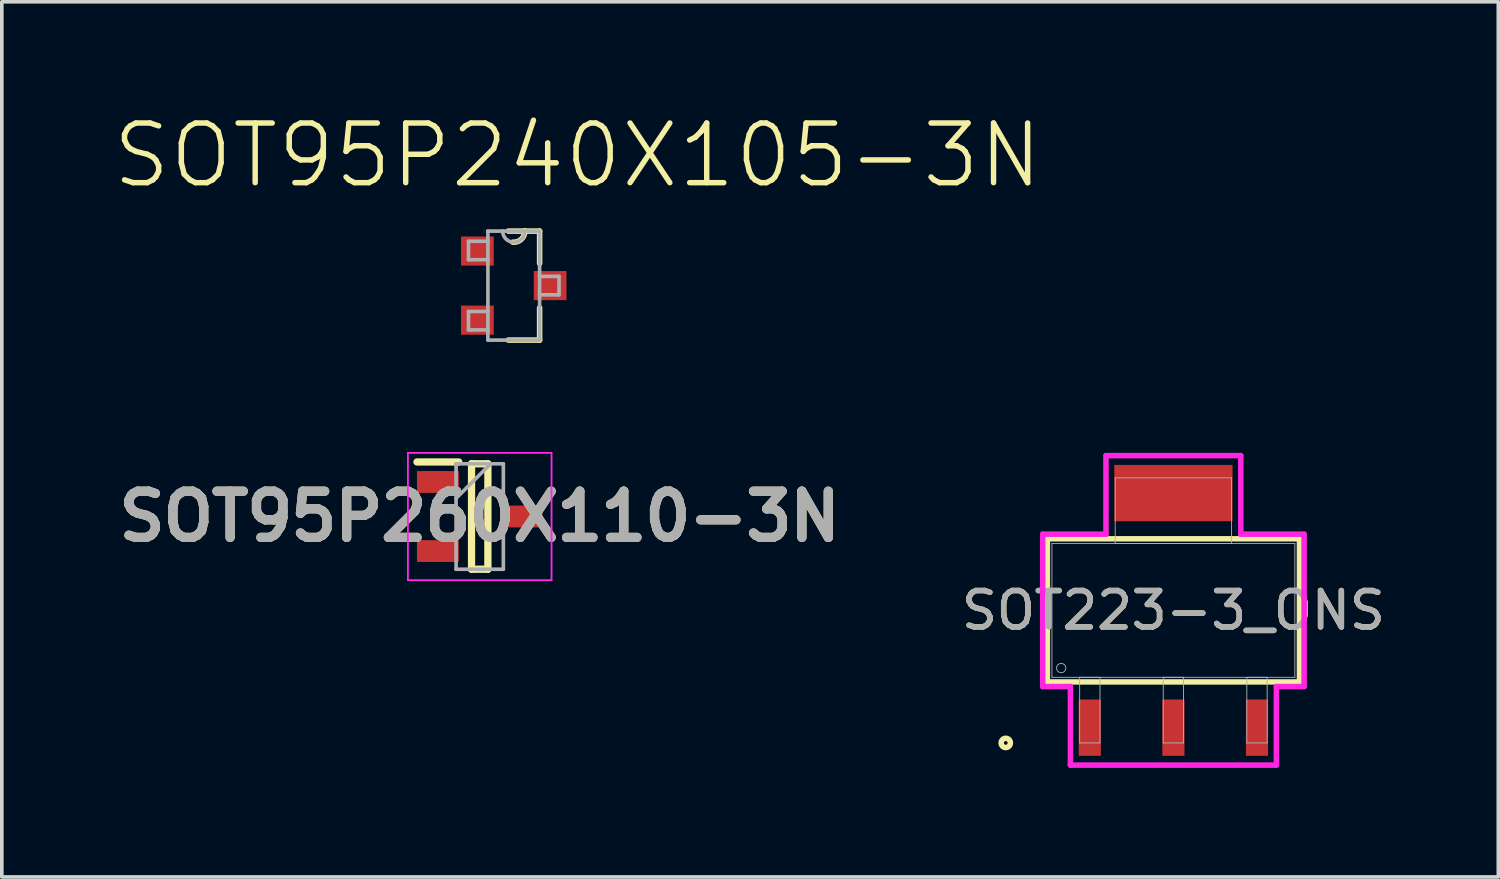
<source format=kicad_pcb>
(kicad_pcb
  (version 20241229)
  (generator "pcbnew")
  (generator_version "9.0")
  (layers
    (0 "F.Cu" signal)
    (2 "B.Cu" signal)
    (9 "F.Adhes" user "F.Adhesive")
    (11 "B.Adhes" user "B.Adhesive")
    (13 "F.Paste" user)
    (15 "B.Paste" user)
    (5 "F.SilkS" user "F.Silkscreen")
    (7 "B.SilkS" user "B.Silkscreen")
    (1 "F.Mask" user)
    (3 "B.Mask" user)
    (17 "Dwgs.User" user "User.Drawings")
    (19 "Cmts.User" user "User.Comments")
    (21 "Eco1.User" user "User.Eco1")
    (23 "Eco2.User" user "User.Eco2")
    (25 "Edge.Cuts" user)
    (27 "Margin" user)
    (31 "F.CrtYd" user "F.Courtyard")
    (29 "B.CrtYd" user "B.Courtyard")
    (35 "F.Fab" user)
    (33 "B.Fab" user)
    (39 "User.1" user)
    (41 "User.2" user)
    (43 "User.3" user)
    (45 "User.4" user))
  (footprint "SOT95P240X105-3N"
    (layer "F.Cu")
    (at 11.078 4.804)
    (property "Reference" "SOT95P240X105-3N" (at 1.753 -3.582 0) (layer "F.SilkS") (effects (font (size 1.64 1.64) (thickness 0.15))))
    (attr smd)
    (fp_line (start -0.152 1.499) (end 0.711 1.499) (stroke (width 0.152) (type solid)) (layer "F.SilkS"))
    (fp_line (start 0.305 -1.499) (end -0.152 -1.499) (stroke (width 0.152) (type solid)) (layer "F.SilkS"))
    (fp_line (start 0.711 -1.499) (end 0.305 -1.499) (stroke (width 0.152) (type solid)) (layer "F.SilkS"))
    (fp_line (start 0.711 -0.61) (end 0.711 -1.499) (stroke (width 0.152) (type solid)) (layer "F.SilkS"))
    (fp_line (start 0.711 1.499) (end 0.711 0.61) (stroke (width 0.152) (type solid)) (layer "F.SilkS"))
    (fp_arc (start 0.3048 -1.4986) (mid 0.206758 -1.273554) (end -0.0254 -1.1938) (stroke (width 0.1524) (type solid)) (layer "F.SilkS"))
    (fp_line (start -1.245 -1.219) (end -1.245 -0.711) (stroke (width 0.1) (type solid)) (layer "F.Fab"))
    (fp_line (start -1.245 -0.711) (end -0.711 -0.711) (stroke (width 0.1) (type solid)) (layer "F.Fab"))
    (fp_line (start -1.245 0.711) (end -1.245 1.219) (stroke (width 0.1) (type solid)) (layer "F.Fab"))
    (fp_line (start -1.245 1.219) (end -0.711 1.219) (stroke (width 0.1) (type solid)) (layer "F.Fab"))
    (fp_line (start -0.711 -1.499) (end -0.711 -1.219) (stroke (width 0.1) (type solid)) (layer "F.Fab"))
    (fp_line (start -0.711 -1.219) (end -1.245 -1.219) (stroke (width 0.1) (type solid)) (layer "F.Fab"))
    (fp_line (start -0.711 -1.219) (end -0.711 -0.711) (stroke (width 0.1) (type solid)) (layer "F.Fab"))
    (fp_line (start -0.711 -0.711) (end -0.711 0.711) (stroke (width 0.1) (type solid)) (layer "F.Fab"))
    (fp_line (start -0.711 0.711) (end -1.245 0.711) (stroke (width 0.1) (type solid)) (layer "F.Fab"))
    (fp_line (start -0.711 1.219) (end -0.711 0.711) (stroke (width 0.1) (type solid)) (layer "F.Fab"))
    (fp_line (start -0.711 1.499) (end -0.711 1.219) (stroke (width 0.1) (type solid)) (layer "F.Fab"))
    (fp_line (start -0.711 1.499) (end 0.711 1.499) (stroke (width 0.1) (type solid)) (layer "F.Fab"))
    (fp_line (start -0.305 -1.499) (end -0.711 -1.499) (stroke (width 0.1) (type solid)) (layer "F.Fab"))
    (fp_line (start 0.305 -1.499) (end -0.305 -1.499) (stroke (width 0.1) (type solid)) (layer "F.Fab"))
    (fp_line (start 0.711 -1.499) (end 0.305 -1.499) (stroke (width 0.1) (type solid)) (layer "F.Fab"))
    (fp_line (start 0.711 -0.254) (end 0.711 -1.499) (stroke (width 0.1) (type solid)) (layer "F.Fab"))
    (fp_line (start 0.711 0.254) (end 0.711 -0.254) (stroke (width 0.1) (type solid)) (layer "F.Fab"))
    (fp_line (start 0.711 0.254) (end 1.245 0.254) (stroke (width 0.1) (type solid)) (layer "F.Fab"))
    (fp_line (start 0.711 1.499) (end 0.711 0.254) (stroke (width 0.1) (type solid)) (layer "F.Fab"))
    (fp_line (start 1.245 -0.254) (end 0.711 -0.254) (stroke (width 0.1) (type solid)) (layer "F.Fab"))
    (fp_line (start 1.245 0.254) (end 1.245 -0.254) (stroke (width 0.1) (type solid)) (layer "F.Fab"))
    (fp_arc (start 0.3048 -1.4986) (mid 0 -1.1938) (end -0.3048 -1.4986) (stroke (width 0.1) (type solid)) (layer "F.Fab"))
    (pad "1" smd rect (at -1 -0.95) (size 0.9 0.8) (layers "F.Cu" "F.Mask" "F.Paste"))
    (pad "2" smd rect (at -1 0.95) (size 0.9 0.8) (layers "F.Cu" "F.Mask" "F.Paste"))
    (pad "3" smd rect (at 1 0) (size 0.9 0.8) (layers "F.Cu" "F.Mask" "F.Paste")))
  (footprint "SOT95P260X110-3N"
    (layer "F.Cu")
    (at 10.142 11.154)
    (property "Reference" "SOT95P260X110-3N" (at 0 0 0) (layer "F.SilkS") (effects (font (size 1.27 1.27) (thickness 0.254))))
    (attr smd)
    (fp_line (start -1.725 -1.5) (end -0.575 -1.5) (stroke (width 0.2) (type solid)) (layer "F.SilkS"))
    (fp_line (start -0.225 -1.45) (end 0.225 -1.45) (stroke (width 0.2) (type solid)) (layer "F.SilkS"))
    (fp_line (start -0.225 1.45) (end -0.225 -1.45) (stroke (width 0.2) (type solid)) (layer "F.SilkS"))
    (fp_line (start 0.225 -1.45) (end 0.225 1.45) (stroke (width 0.2) (type solid)) (layer "F.SilkS"))
    (fp_line (start 0.225 1.45) (end -0.225 1.45) (stroke (width 0.2) (type solid)) (layer "F.SilkS"))
    (fp_line (start -1.975 -1.75) (end 1.975 -1.75) (stroke (width 0.05) (type solid)) (layer "F.CrtYd"))
    (fp_line (start -1.975 1.75) (end -1.975 -1.75) (stroke (width 0.05) (type solid)) (layer "F.CrtYd"))
    (fp_line (start 1.975 -1.75) (end 1.975 1.75) (stroke (width 0.05) (type solid)) (layer "F.CrtYd"))
    (fp_line (start 1.975 1.75) (end -1.975 1.75) (stroke (width 0.05) (type solid)) (layer "F.CrtYd"))
    (fp_line (start -0.65 -1.45) (end 0.65 -1.45) (stroke (width 0.1) (type solid)) (layer "F.Fab"))
    (fp_line (start -0.65 -0.5) (end 0.3 -1.45) (stroke (width 0.1) (type solid)) (layer "F.Fab"))
    (fp_line (start -0.65 1.45) (end -0.65 -1.45) (stroke (width 0.1) (type solid)) (layer "F.Fab"))
    (fp_line (start 0.65 -1.45) (end 0.65 1.45) (stroke (width 0.1) (type solid)) (layer "F.Fab"))
    (fp_line (start 0.65 1.45) (end -0.65 1.45) (stroke (width 0.1) (type solid)) (layer "F.Fab"))
    (fp_text user "${REFERENCE}" (at 0 0 0) (layer "F.Fab") (effects (font (size 1.27 1.27) (thickness 0.254))))
    (pad "1" smd rect (at -1.15 -0.95 90) (size 0.6 1.15) (layers "F.Cu" "F.Mask" "F.Paste"))
    (pad "2" smd rect (at -1.15 0.95 90) (size 0.6 1.15) (layers "F.Cu" "F.Mask" "F.Paste"))
    (pad "3" smd rect (at 1.15 0 90) (size 0.6 1.15) (layers "F.Cu" "F.Mask" "F.Paste")))
  (footprint "SOT223-3_ONS"
    (layer "F.Cu")
    (at 29.218 13.735)
    (property "Reference" "SOT223-3_ONS" (at 0 0 0) (unlocked yes) (layer "F.SilkS") (effects (font (size 1 1) (thickness 0.15))))
    (attr smd)
    (fp_poly (pts (xy 1.626 -4) (xy -1.626 -4) (xy -1.626 -2.451) (xy 1.626 -2.451)) (stroke (width 0) (type solid)) (fill yes) (layer "F.Cu"))
    (fp_poly (pts (xy 1.651 -4.356) (xy -1.651 -4.356) (xy -1.651 -2.095) (xy 1.651 -2.095)) (stroke (width 0) (type solid)) (fill yes) (layer "F.Mask"))
    (fp_line (start -3.467 -1.968) (end -3.467 1.968) (stroke (width 0.152) (type solid)) (layer "F.SilkS"))
    (fp_line (start -3.467 1.968) (end 3.467 1.968) (stroke (width 0.152) (type solid)) (layer "F.SilkS"))
    (fp_line (start 3.467 -1.968) (end -3.467 -1.968) (stroke (width 0.152) (type solid)) (layer "F.SilkS"))
    (fp_line (start 3.467 1.968) (end 3.467 -1.968) (stroke (width 0.152) (type solid)) (layer "F.SilkS"))
    (fp_circle (center -4.61 3.645) (end -4.483 3.645) (stroke (width 0.152) (type solid)) (fill no) (layer "F.SilkS"))
    (fp_poly (pts (xy 1.626 -4) (xy -1.626 -4) (xy -1.626 -2.451) (xy 1.626 -2.451)) (stroke (width 0) (type solid)) (fill yes) (layer "F.Paste"))
    (fp_line (start -3.594 -2.095) (end -1.854 -2.095) (stroke (width 0.152) (type solid)) (layer "F.CrtYd"))
    (fp_line (start -3.594 2.095) (end -3.594 -2.095) (stroke (width 0.152) (type solid)) (layer "F.CrtYd"))
    (fp_line (start -2.832 2.095) (end -3.594 2.095) (stroke (width 0.152) (type solid)) (layer "F.CrtYd"))
    (fp_line (start -2.832 4.255) (end -2.832 2.095) (stroke (width 0.152) (type solid)) (layer "F.CrtYd"))
    (fp_line (start -1.854 -4.255) (end 1.854 -4.255) (stroke (width 0.152) (type solid)) (layer "F.CrtYd"))
    (fp_line (start -1.854 -2.095) (end -1.854 -4.255) (stroke (width 0.152) (type solid)) (layer "F.CrtYd"))
    (fp_line (start 1.854 -4.255) (end 1.854 -2.095) (stroke (width 0.152) (type solid)) (layer "F.CrtYd"))
    (fp_line (start 1.854 -2.095) (end 3.594 -2.095) (stroke (width 0.152) (type solid)) (layer "F.CrtYd"))
    (fp_line (start 2.832 2.095) (end 2.832 4.255) (stroke (width 0.152) (type solid)) (layer "F.CrtYd"))
    (fp_line (start 2.832 4.255) (end -2.832 4.255) (stroke (width 0.152) (type solid)) (layer "F.CrtYd"))
    (fp_line (start 3.594 -2.095) (end 3.594 2.095) (stroke (width 0.152) (type solid)) (layer "F.CrtYd"))
    (fp_line (start 3.594 2.095) (end 2.832 2.095) (stroke (width 0.152) (type solid)) (layer "F.CrtYd"))
    (fp_line (start -3.34 -1.841) (end -3.34 1.841) (stroke (width 0.025) (type solid)) (layer "F.Fab"))
    (fp_line (start -3.34 1.841) (end 3.34 1.841) (stroke (width 0.025) (type solid)) (layer "F.Fab"))
    (fp_line (start -2.578 1.841) (end -2.578 3.645) (stroke (width 0.025) (type solid)) (layer "F.Fab"))
    (fp_line (start -2.578 3.645) (end -2.019 3.645) (stroke (width 0.025) (type solid)) (layer "F.Fab"))
    (fp_line (start -2.019 1.841) (end -2.578 1.841) (stroke (width 0.025) (type solid)) (layer "F.Fab"))
    (fp_line (start -2.019 3.645) (end -2.019 1.841) (stroke (width 0.025) (type solid)) (layer "F.Fab"))
    (fp_line (start -1.6 -3.645) (end -1.6 -1.841) (stroke (width 0.025) (type solid)) (layer "F.Fab"))
    (fp_line (start -1.6 -1.841) (end 1.6 -1.841) (stroke (width 0.025) (type solid)) (layer "F.Fab"))
    (fp_line (start -0.279 1.841) (end -0.279 3.645) (stroke (width 0.025) (type solid)) (layer "F.Fab"))
    (fp_line (start -0.279 3.645) (end 0.279 3.645) (stroke (width 0.025) (type solid)) (layer "F.Fab"))
    (fp_line (start 0.279 1.841) (end -0.279 1.841) (stroke (width 0.025) (type solid)) (layer "F.Fab"))
    (fp_line (start 0.279 3.645) (end 0.279 1.841) (stroke (width 0.025) (type solid)) (layer "F.Fab"))
    (fp_line (start 1.6 -3.645) (end -1.6 -3.645) (stroke (width 0.025) (type solid)) (layer "F.Fab"))
    (fp_line (start 1.6 -1.841) (end 1.6 -3.645) (stroke (width 0.025) (type solid)) (layer "F.Fab"))
    (fp_line (start 2.019 1.841) (end 2.019 3.645) (stroke (width 0.025) (type solid)) (layer "F.Fab"))
    (fp_line (start 2.019 3.645) (end 2.578 3.645) (stroke (width 0.025) (type solid)) (layer "F.Fab"))
    (fp_line (start 2.578 1.841) (end 2.019 1.841) (stroke (width 0.025) (type solid)) (layer "F.Fab"))
    (fp_line (start 2.578 3.645) (end 2.578 1.841) (stroke (width 0.025) (type solid)) (layer "F.Fab"))
    (fp_line (start 3.34 -1.841) (end -3.34 -1.841) (stroke (width 0.025) (type solid)) (layer "F.Fab"))
    (fp_line (start 3.34 1.841) (end 3.34 -1.841) (stroke (width 0.025) (type solid)) (layer "F.Fab"))
    (fp_circle (center -3.086 1.587) (end -2.959 1.587) (stroke (width 0.025) (type solid)) (fill no) (layer "F.Fab"))
    (fp_text user "${REFERENCE}" (at 0 0 0) (unlocked yes) (layer "F.Fab") (effects (font (size 1 1) (thickness 0.15))))
    (pad "1" smd rect (at -2.299 3.226) (size 0.61 1.549) (layers "F.Cu" "F.Mask" "F.Paste"))
    (pad "2" smd rect (at 0 3.226) (size 0.61 1.549) (layers "F.Cu" "F.Mask" "F.Paste"))
    (pad "3" smd rect (at 2.299 3.226) (size 0.61 1.549) (layers "F.Cu" "F.Mask" "F.Paste")))
  (gr_rect
    (start -3 -3)
    (end 38.153 21.066)
    (stroke (width 0.1) (type default))
    (fill no)
    (layer "Edge.Cuts")))
</source>
